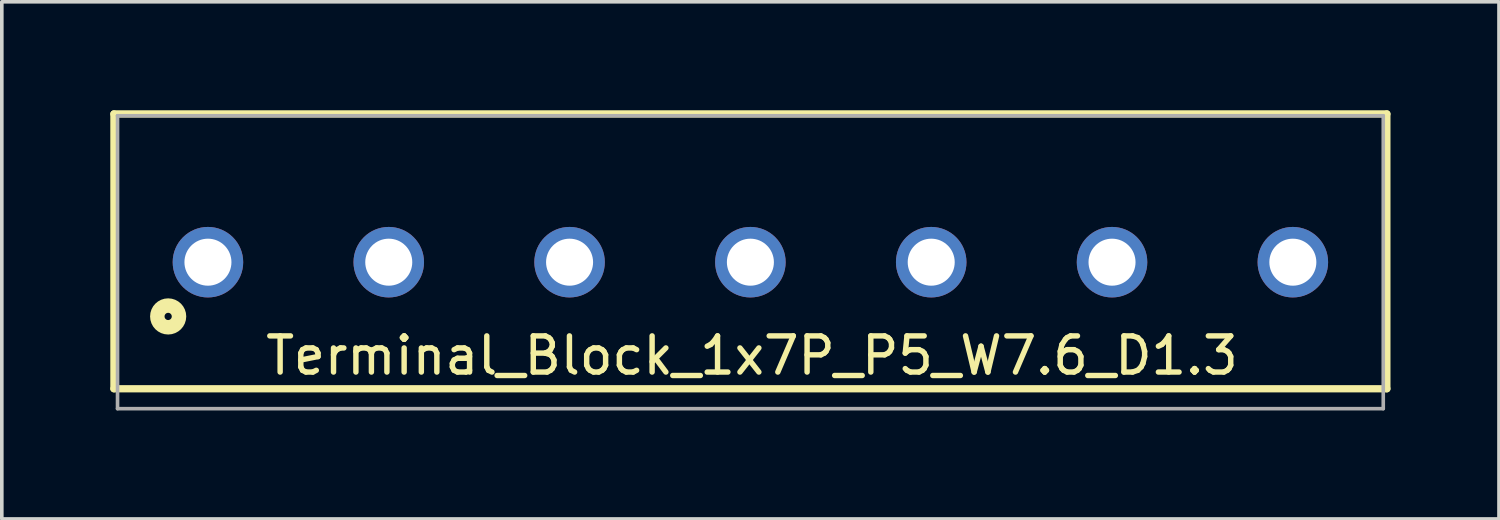
<source format=kicad_pcb>
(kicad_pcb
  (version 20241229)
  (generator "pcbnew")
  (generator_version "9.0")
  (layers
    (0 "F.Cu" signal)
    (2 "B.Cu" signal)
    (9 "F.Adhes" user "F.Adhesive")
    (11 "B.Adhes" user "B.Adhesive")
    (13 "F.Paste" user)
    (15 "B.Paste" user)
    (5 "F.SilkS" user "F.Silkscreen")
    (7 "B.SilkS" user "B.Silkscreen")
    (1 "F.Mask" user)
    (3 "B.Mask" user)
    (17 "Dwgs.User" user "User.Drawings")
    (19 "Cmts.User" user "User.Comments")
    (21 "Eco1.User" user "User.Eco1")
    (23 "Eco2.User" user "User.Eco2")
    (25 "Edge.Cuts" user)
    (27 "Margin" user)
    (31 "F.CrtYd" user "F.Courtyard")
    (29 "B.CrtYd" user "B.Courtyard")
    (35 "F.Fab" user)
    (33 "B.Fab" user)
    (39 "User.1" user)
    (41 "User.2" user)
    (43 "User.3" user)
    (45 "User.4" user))
  (footprint "Terminal_Block_1x7P_P5_W7.6_D1.3"
    (layer "F.Cu")
    (at 17.7 4.2)
    (property "Reference" "Terminal_Block_1x7P_P5_W7.6_D1.3" (at 0.044 2.583 180) (layer "F.SilkS") (effects (font (size 1 1) (thickness 0.15))))
    (attr through_hole)
    (fp_line (start -17.6 -4.1) (end 17.6 -4.1) (stroke (width 0.2) (type solid)) (layer "F.SilkS"))
    (fp_line (start -17.6 3.5) (end -17.6 -4.1) (stroke (width 0.2) (type solid)) (layer "F.SilkS"))
    (fp_line (start 17.6 -4.1) (end 17.6 3.5) (stroke (width 0.2) (type solid)) (layer "F.SilkS"))
    (fp_line (start 17.6 3.5) (end -17.6 3.5) (stroke (width 0.2) (type solid)) (layer "F.SilkS"))
    (fp_circle (center -16.1 1.5) (end -16 1.5) (stroke (width 0.4) (type solid)) (fill no) (layer "F.SilkS"))
    (fp_line (start -17.5 -4.05) (end -17.5 4.05) (stroke (width 0.1) (type solid)) (layer "F.Fab"))
    (fp_line (start -17.5 -4.05) (end 17.5 -4.05) (stroke (width 0.1) (type solid)) (layer "F.Fab"))
    (fp_line (start 17.5 -4.05) (end 17.5 4.05) (stroke (width 0.1) (type solid)) (layer "F.Fab"))
    (fp_line (start 17.5 4.05) (end -17.5 4.05) (stroke (width 0.1) (type solid)) (layer "F.Fab"))
    (pad "1" thru_hole circle (at -15 0) (size 1.95 1.95) (drill 1.3) (layers "*.Cu" "*.Mask"))
    (pad "2" thru_hole circle (at -10 0) (size 1.95 1.95) (drill 1.3) (layers "*.Cu" "*.Mask"))
    (pad "3" thru_hole circle (at -5 0) (size 1.95 1.95) (drill 1.3) (layers "*.Cu" "*.Mask"))
    (pad "4" thru_hole circle (at 0 0) (size 1.95 1.95) (drill 1.3) (layers "*.Cu" "*.Mask"))
    (pad "5" thru_hole circle (at 5 0) (size 1.95 1.95) (drill 1.3) (layers "*.Cu" "*.Mask"))
    (pad "6" thru_hole circle (at 10 0) (size 1.95 1.95) (drill 1.3) (layers "*.Cu" "*.Mask"))
    (pad "7" thru_hole circle (at 15 0) (size 1.95 1.95) (drill 1.3) (layers "*.Cu" "*.Mask")))
  (gr_rect
    (start -3 -3)
    (end 38.4 11.3)
    (stroke (width 0.1) (type default))
    (fill no)
    (layer "Edge.Cuts")))
</source>
